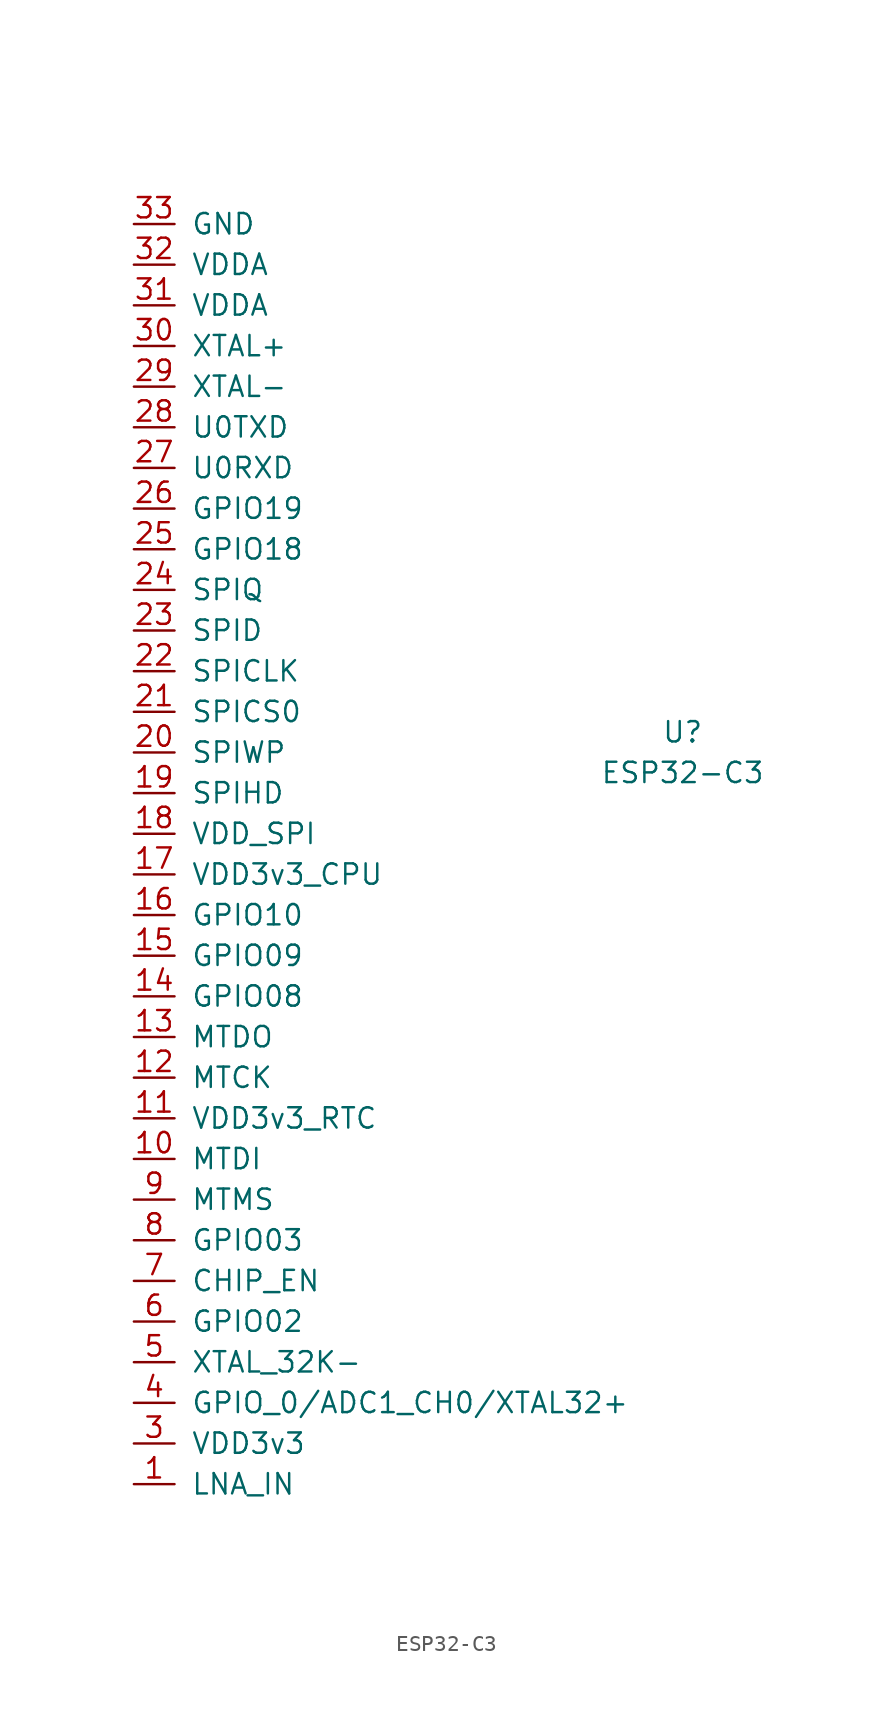
<source format=kicad_sym>
(kicad_symbol_lib
  (version 20220914)
  (generator kicad_symbol_editor)
  (symbol "ESP32-C3"
    (pin_names
      (offset 1.016))
    (property "Reference" "U"
      (at 0 8.89 0)
      (effects (font (size 1.27 1.27))))
    (property "Value" "ESP32-C3"
      (at 0 6.35 0)
      (effects (font (size 1.27 1.27))))
    (symbol "ESP32-C3_1_1"
      (pin bidirectional line (at -34.29 -38.1 0) (length 2.54) (name "LNA_IN" (effects (font (size 1.27 1.27)))) (number "1" (effects (font (size 1.27 1.27)))))
      (pin bidirectional line (at -34.29 -17.78 0) (length 2.54) (name "MTDI" (effects (font (size 1.27 1.27)))) (number "10" (effects (font (size 1.27 1.27)))))
      (pin bidirectional line (at -34.29 -15.24 0) (length 2.54) (name "VDD3v3_RTC" (effects (font (size 1.27 1.27)))) (number "11" (effects (font (size 1.27 1.27)))))
      (pin bidirectional line (at -34.29 -12.7 0) (length 2.54) (name "MTCK" (effects (font (size 1.27 1.27)))) (number "12" (effects (font (size 1.27 1.27)))))
      (pin bidirectional line (at -34.29 -10.16 0) (length 2.54) (name "MTDO" (effects (font (size 1.27 1.27)))) (number "13" (effects (font (size 1.27 1.27)))))
      (pin bidirectional line (at -34.29 -7.62 0) (length 2.54) (name "GPIO08" (effects (font (size 1.27 1.27)))) (number "14" (effects (font (size 1.27 1.27)))))
      (pin bidirectional line (at -34.29 -5.08 0) (length 2.54) (name "GPIO09" (effects (font (size 1.27 1.27)))) (number "15" (effects (font (size 1.27 1.27)))))
      (pin bidirectional line (at -34.29 -2.54 0) (length 2.54) (name "GPIO10" (effects (font (size 1.27 1.27)))) (number "16" (effects (font (size 1.27 1.27)))))
      (pin bidirectional line (at -34.29 0 0) (length 2.54) (name "VDD3v3_CPU" (effects (font (size 1.27 1.27)))) (number "17" (effects (font (size 1.27 1.27)))))
      (pin bidirectional line (at -34.29 2.54 0) (length 2.54) (name "VDD_SPI" (effects (font (size 1.27 1.27)))) (number "18" (effects (font (size 1.27 1.27)))))
      (pin bidirectional line (at -34.29 5.08 0) (length 2.54) (name "SPIHD" (effects (font (size 1.27 1.27)))) (number "19" (effects (font (size 1.27 1.27)))))
      (pin passive line (at -34.29 -35.56 0) (length 2.54) hide (name "VDD3v3" (effects (font (size 1.27 1.27)))) (number "2" (effects (font (size 1.27 1.27)))))
      (pin bidirectional line (at -34.29 7.62 0) (length 2.54) (name "SPIWP" (effects (font (size 1.27 1.27)))) (number "20" (effects (font (size 1.27 1.27)))))
      (pin bidirectional line (at -34.29 10.16 0) (length 2.54) (name "SPICS0" (effects (font (size 1.27 1.27)))) (number "21" (effects (font (size 1.27 1.27)))))
      (pin bidirectional line (at -34.29 12.7 0) (length 2.54) (name "SPICLK" (effects (font (size 1.27 1.27)))) (number "22" (effects (font (size 1.27 1.27)))))
      (pin bidirectional line (at -34.29 15.24 0) (length 2.54) (name "SPID" (effects (font (size 1.27 1.27)))) (number "23" (effects (font (size 1.27 1.27)))))
      (pin bidirectional line (at -34.29 17.78 0) (length 2.54) (name "SPIQ" (effects (font (size 1.27 1.27)))) (number "24" (effects (font (size 1.27 1.27)))))
      (pin bidirectional line (at -34.29 20.32 0) (length 2.54) (name "GPIO18" (effects (font (size 1.27 1.27)))) (number "25" (effects (font (size 1.27 1.27)))))
      (pin bidirectional line (at -34.29 22.86 0) (length 2.54) (name "GPIO19" (effects (font (size 1.27 1.27)))) (number "26" (effects (font (size 1.27 1.27)))))
      (pin input line (at -34.29 25.4 0) (length 2.54) (name "U0RXD" (effects (font (size 1.27 1.27)))) (number "27" (effects (font (size 1.27 1.27)))))
      (pin output line (at -34.29 27.94 0) (length 2.54) (name "U0TXD" (effects (font (size 1.27 1.27)))) (number "28" (effects (font (size 1.27 1.27)))))
      (pin passive line (at -34.29 30.48 0) (length 2.54) (name "XTAL-" (effects (font (size 1.27 1.27)))) (number "29" (effects (font (size 1.27 1.27)))))
      (pin power_in line (at -34.29 -35.56 0) (length 2.54) (name "VDD3v3" (effects (font (size 1.27 1.27)))) (number "3" (effects (font (size 1.27 1.27)))))
      (pin passive line (at -34.29 33.02 0) (length 2.54) (name "XTAL+" (effects (font (size 1.27 1.27)))) (number "30" (effects (font (size 1.27 1.27)))))
      (pin power_in line (at -34.29 35.56 0) (length 2.54) (name "VDDA" (effects (font (size 1.27 1.27)))) (number "31" (effects (font (size 1.27 1.27)))))
      (pin power_in line (at -34.29 38.1 0) (length 2.54) (name "VDDA" (effects (font (size 1.27 1.27)))) (number "32" (effects (font (size 1.27 1.27)))))
      (pin bidirectional line (at -34.29 40.64 0) (length 2.54) (name "GND" (effects (font (size 1.27 1.27)))) (number "33" (effects (font (size 1.27 1.27)))))
      (pin bidirectional line (at -34.29 -33.02 0) (length 2.54) (name "GPIO_0/ADC1_CH0/XTAL32+" (effects (font (size 1.27 1.27)))) (number "4" (effects (font (size 1.27 1.27)))))
      (pin bidirectional line (at -34.29 -30.48 0) (length 2.54) (name "XTAL_32K-" (effects (font (size 1.27 1.27)))) (number "5" (effects (font (size 1.27 1.27)))))
      (pin bidirectional line (at -34.29 -27.94 0) (length 2.54) (name "GPIO02" (effects (font (size 1.27 1.27)))) (number "6" (effects (font (size 1.27 1.27)))))
      (pin bidirectional line (at -34.29 -25.4 0) (length 2.54) (name "CHIP_EN" (effects (font (size 1.27 1.27)))) (number "7" (effects (font (size 1.27 1.27)))))
      (pin bidirectional line (at -34.29 -22.86 0) (length 2.54) (name "GPIO03" (effects (font (size 1.27 1.27)))) (number "8" (effects (font (size 1.27 1.27)))))
      (pin bidirectional line (at -34.29 -20.32 0) (length 2.54) (name "MTMS" (effects (font (size 1.27 1.27)))) (number "9" (effects (font (size 1.27 1.27))))))))
</source>
